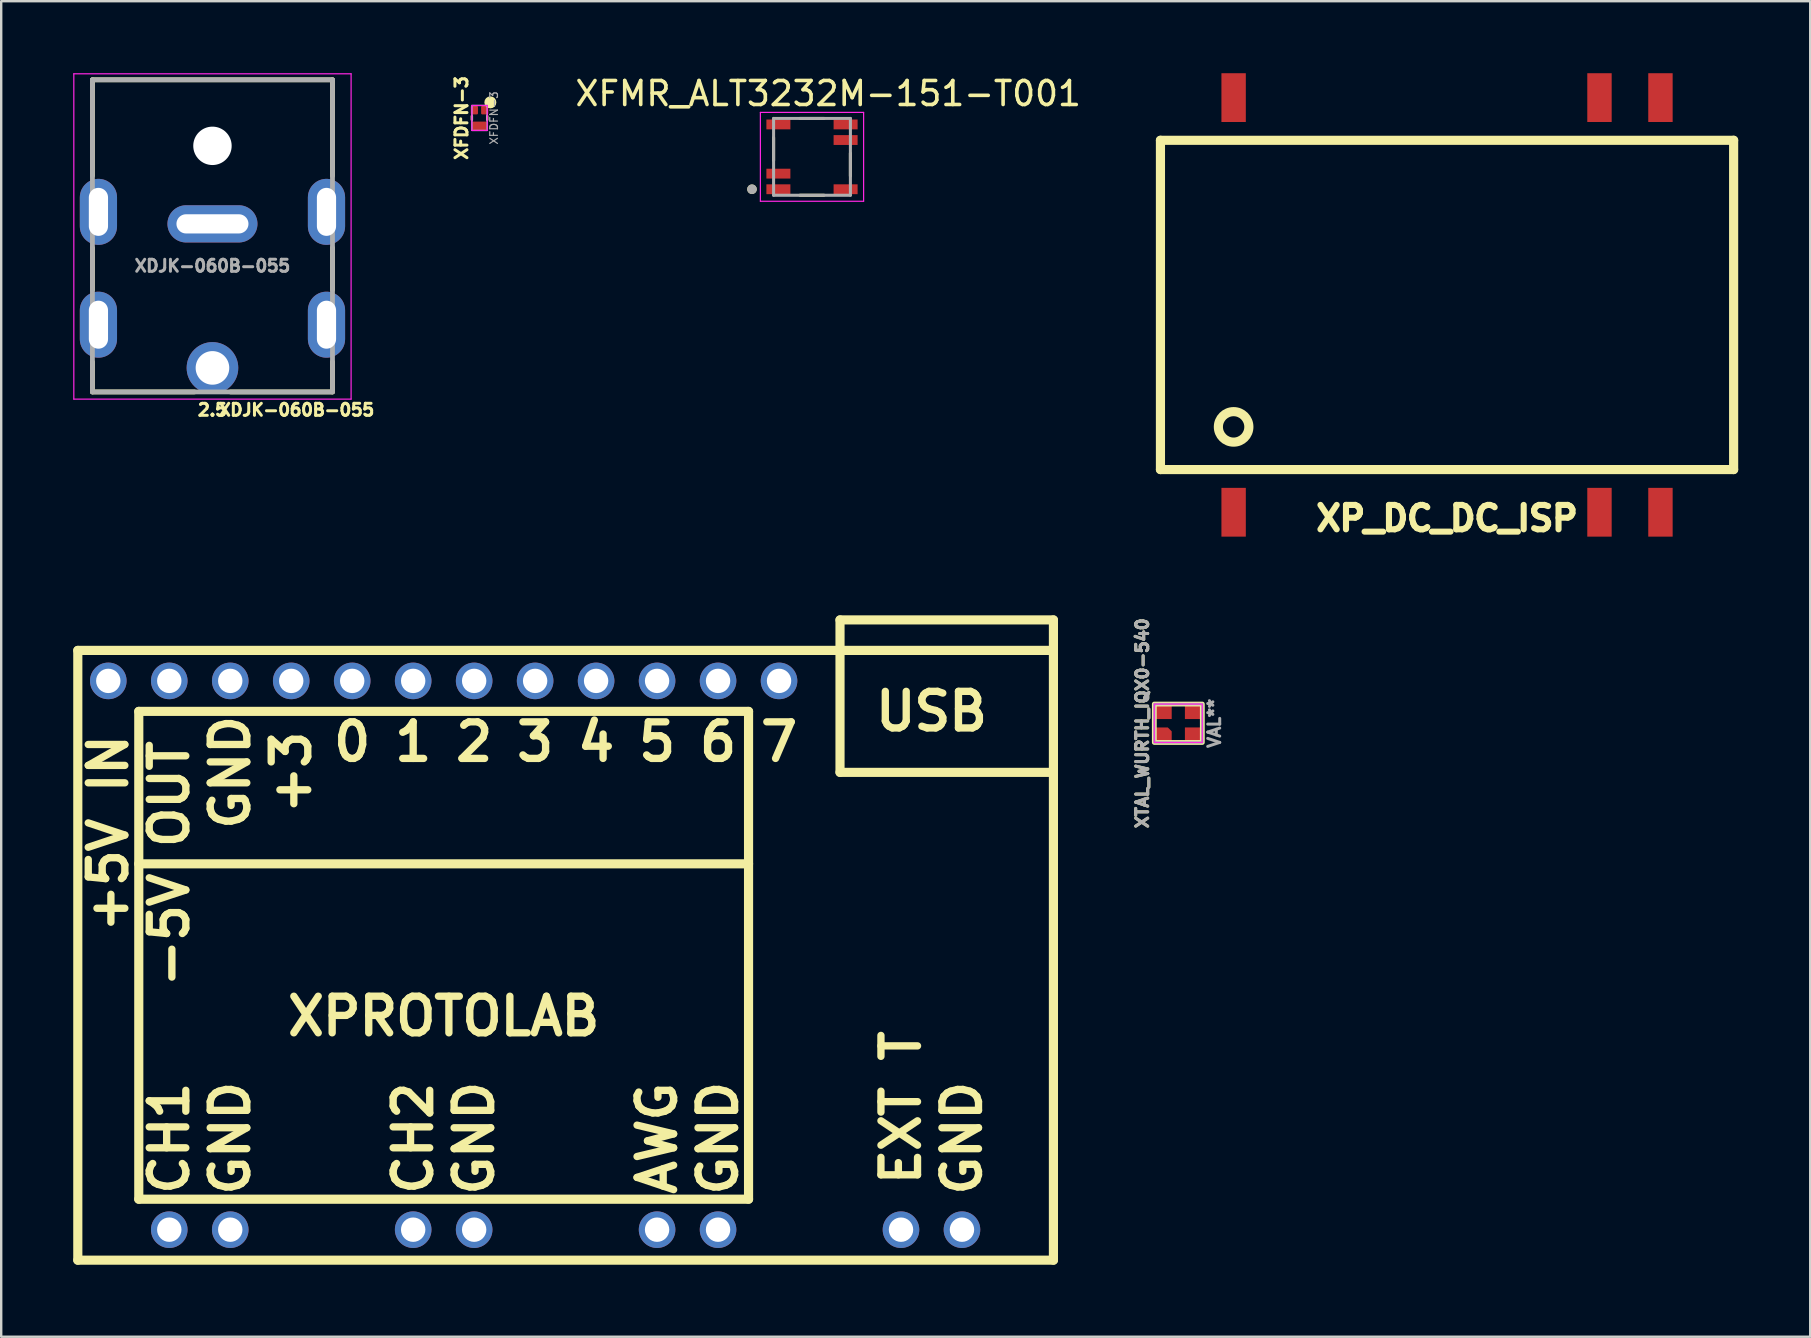
<source format=kicad_pcb>
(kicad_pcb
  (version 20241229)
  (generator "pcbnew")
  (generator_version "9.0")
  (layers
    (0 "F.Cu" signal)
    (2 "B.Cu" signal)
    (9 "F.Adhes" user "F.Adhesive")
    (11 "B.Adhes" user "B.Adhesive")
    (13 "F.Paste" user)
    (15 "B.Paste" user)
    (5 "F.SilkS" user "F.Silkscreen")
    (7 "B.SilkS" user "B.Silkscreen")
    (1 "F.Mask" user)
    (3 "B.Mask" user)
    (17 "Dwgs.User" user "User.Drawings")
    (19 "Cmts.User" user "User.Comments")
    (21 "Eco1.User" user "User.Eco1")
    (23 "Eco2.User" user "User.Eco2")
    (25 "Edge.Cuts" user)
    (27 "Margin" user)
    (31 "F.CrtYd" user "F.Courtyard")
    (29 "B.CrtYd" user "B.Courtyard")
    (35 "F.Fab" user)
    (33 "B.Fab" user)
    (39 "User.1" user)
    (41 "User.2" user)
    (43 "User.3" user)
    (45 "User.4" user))
  (footprint "XFMR_ALT3232M-151-T001"
    (layer "F.Cu")
    (at 30.774 3.483)
    (property "Reference" "XFMR_ALT3232M-151-T001" (at 0.675 -2.635 0) (layer "F.SilkS") (effects (font (size 1 1) (thickness 0.15))))
    (attr smd)
    (fp_line (start -1.6 -0.8) (end -1.6 0.15) (stroke (width 0.127) (type solid)) (layer "F.SilkS"))
    (fp_line (start 0.5 -1.6) (end -0.5 -1.6) (stroke (width 0.127) (type solid)) (layer "F.SilkS"))
    (fp_line (start 0.5 1.6) (end -0.5 1.6) (stroke (width 0.127) (type solid)) (layer "F.SilkS"))
    (fp_line (start 1.6 0.8) (end 1.6 -0.15) (stroke (width 0.127) (type solid)) (layer "F.SilkS"))
    (fp_circle (center -2.5 1.35) (end -2.4 1.35) (stroke (width 0.2) (type solid)) (fill no) (layer "F.SilkS"))
    (fp_line (start -2.15 -1.85) (end -2.15 1.85) (stroke (width 0.05) (type solid)) (layer "F.CrtYd"))
    (fp_line (start -2.15 1.85) (end 2.15 1.85) (stroke (width 0.05) (type solid)) (layer "F.CrtYd"))
    (fp_line (start 2.15 -1.85) (end -2.15 -1.85) (stroke (width 0.05) (type solid)) (layer "F.CrtYd"))
    (fp_line (start 2.15 1.85) (end 2.15 -1.85) (stroke (width 0.05) (type solid)) (layer "F.CrtYd"))
    (fp_line (start -1.6 -1.6) (end 1.6 -1.6) (stroke (width 0.127) (type solid)) (layer "F.Fab"))
    (fp_line (start -1.6 1.6) (end -1.6 -1.6) (stroke (width 0.127) (type solid)) (layer "F.Fab"))
    (fp_line (start 1.6 -1.6) (end 1.6 1.6) (stroke (width 0.127) (type solid)) (layer "F.Fab"))
    (fp_line (start 1.6 1.6) (end -1.6 1.6) (stroke (width 0.127) (type solid)) (layer "F.Fab"))
    (fp_circle (center -2.5 1.35) (end -2.4 1.35) (stroke (width 0.2) (type solid)) (fill no) (layer "F.Fab"))
    (pad "1" smd rect (at -1.4 1.35) (size 1 0.41) (layers "F.Cu" "F.Mask" "F.Paste"))
    (pad "2" smd rect (at -1.4 0.7) (size 1 0.41) (layers "F.Cu" "F.Mask" "F.Paste"))
    (pad "3" smd rect (at -1.4 -1.35) (size 1 0.41) (layers "F.Cu" "F.Mask" "F.Paste"))
    (pad "4" smd rect (at 1.4 -1.35) (size 1 0.41) (layers "F.Cu" "F.Mask" "F.Paste"))
    (pad "5" smd rect (at 1.4 -0.7) (size 1 0.41) (layers "F.Cu" "F.Mask" "F.Paste"))
    (pad "6" smd rect (at 1.4 1.35) (size 1 0.41) (layers "F.Cu" "F.Mask" "F.Paste")))
  (footprint "XTAL_WURTH_IQX0-540"
    (layer "F.Cu")
    (at 46.033 27.077)
    (property "Reference" "XTAL_WURTH_IQX0-540" (at -1.5 0 270) (layer "F.SilkS") (effects (font (size 0.5 0.5) (thickness 0.125) (bold yes))))
    (property "Value" "VAL**" (at 1.5 0 90) (layer "F.SilkS") (hide yes) (effects (font (size 0.5 0.5) (thickness 0.125) (bold yes))))
    (attr through_hole)
    (fp_rect (start -1 -0.8) (end 1 0.8) (stroke (width 0.2) (type default)) (fill no) (layer "F.SilkS"))
    (fp_rect (start -1 -0.8) (end 1 0.8) (stroke (width 0.05) (type default)) (fill no) (layer "F.CrtYd"))
    (fp_rect (start -1 -0.8) (end 1 0.8) (stroke (width 0.1) (type default)) (fill no) (layer "F.Fab"))
    (fp_text user "${REFERENCE}" (at -1.5 0 270) (layer "F.Fab") (effects (font (size 0.5 0.5) (thickness 0.125) (bold yes))))
    (fp_text user "${VALUE}" (at 1.5 0 90) (layer "F.Fab") (effects (font (size 0.5 0.5) (thickness 0.125) (bold yes))))
    (pad "1" smd roundrect (at -0.65 0.5) (size 0.75 0.65) (layers "F.Cu" "F.Mask" "F.Paste") (roundrect_rratio 0) (chamfer_ratio 0.25) (chamfer top_right))
    (pad "2" smd rect (at 0.65 0.5) (size 0.75 0.65) (layers "F.Cu" "F.Mask" "F.Paste"))
    (pad "3" smd rect (at 0.65 -0.5) (size 0.75 0.65) (layers "F.Cu" "F.Mask" "F.Paste"))
    (pad "4" smd rect (at -0.65 -0.5) (size 0.75 0.65) (layers "F.Cu" "F.Mask" "F.Paste")))
  (footprint "XFDFN-3"
    (layer "F.Cu")
    (at 16.926 1.864)
    (property "Reference" "XFDFN-3" (at -0.75 0 90) (layer "F.SilkS") (effects (font (size 0.5 0.5) (thickness 0.125) (bold yes))))
    (attr smd)
    (fp_line (start -0.32 -0.08) (end -0.32 0.08) (stroke (width 0.1) (type default)) (layer "F.SilkS"))
    (fp_line (start 0.32 -0.08) (end 0.32 0.08) (stroke (width 0.1) (type default)) (layer "F.SilkS"))
    (fp_circle (center 0.45 -0.65) (end 0.45 -0.65) (stroke (width 0.25) (type solid)) (fill no) (layer "F.SilkS"))
    (fp_line (start -0.32 -0.52) (end -0.32 0.52) (stroke (width 0.05) (type solid)) (layer "F.CrtYd"))
    (fp_line (start -0.32 0.52) (end 0.32 0.52) (stroke (width 0.05) (type solid)) (layer "F.CrtYd"))
    (fp_line (start 0.32 -0.52) (end -0.32 -0.52) (stroke (width 0.05) (type solid)) (layer "F.CrtYd"))
    (fp_line (start 0.32 0.52) (end 0.32 -0.52) (stroke (width 0.05) (type solid)) (layer "F.CrtYd"))
    (fp_line (start -0.32 -0.52) (end -0.32 0.52) (stroke (width 0.05) (type solid)) (layer "F.Fab"))
    (fp_line (start -0.32 0.52) (end 0.32 0.52) (stroke (width 0.05) (type solid)) (layer "F.Fab"))
    (fp_line (start 0.32 -0.52) (end -0.32 -0.52) (stroke (width 0.05) (type solid)) (layer "F.Fab"))
    (fp_line (start 0.32 0.52) (end 0.32 -0.52) (stroke (width 0.05) (type solid)) (layer "F.Fab"))
    (fp_rect (start -0.32 -0.52) (end 0.32 0.52) (stroke (width 0.05) (type solid)) (fill no) (layer "F.Fab"))
    (fp_text user "${REFERENCE}" (at 0.6 0 90) (layer "F.Fab") (effects (font (size 0.32 0.32) (thickness 0.05))))
    (pad "1" smd roundrect (at 0.215 -0.325) (size 0.3 0.35) (layers "F.Cu" "F.Mask" "F.Paste") (roundrect_rratio 0.147))
    (pad "2" smd roundrect (at -0.215 -0.325) (size 0.3 0.35) (layers "F.Cu" "F.Mask" "F.Paste") (roundrect_rratio 0.147))
    (pad "3" smd roundrect (at 0 0.325) (size 0.6 0.35) (layers "F.Cu" "F.Mask" "F.Paste") (roundrect_rratio 0.143)))
  (footprint "XP_DC_DC_ISP"
    (layer "F.Cu")
    (at 57.227 9.652)
    (property "Reference" "XP_DC_DC_ISP" (at 0 8.89 0) (layer "F.SilkS") (effects (font (size 1.016 1.016) (thickness 0.254))))
    (attr through_hole)
    (fp_line (start -11.938 -6.858) (end -11.938 6.858) (stroke (width 0.381) (type solid)) (layer "F.SilkS"))
    (fp_line (start -11.938 -6.858) (end 11.938 -6.858) (stroke (width 0.381) (type solid)) (layer "F.SilkS"))
    (fp_line (start -11.938 6.858) (end 11.938 6.858) (stroke (width 0.381) (type solid)) (layer "F.SilkS"))
    (fp_line (start 11.938 -6.858) (end 11.938 6.858) (stroke (width 0.381) (type solid)) (layer "F.SilkS"))
    (fp_circle (center -8.89 5.08) (end -8.89 4.445) (stroke (width 0.381) (type solid)) (fill no) (layer "F.SilkS"))
    (pad "1" smd rect (at -8.89 8.636) (size 1.016 2.032) (layers "F.Cu" "F.Mask" "F.Paste"))
    (pad "7" smd rect (at 6.35 8.636) (size 1.016 2.032) (layers "F.Cu" "F.Mask" "F.Paste"))
    (pad "8" smd rect (at 8.89 8.636) (size 1.016 2.032) (layers "F.Cu" "F.Mask" "F.Paste"))
    (pad "9" smd rect (at 8.89 -8.636) (size 1.016 2.032) (layers "F.Cu" "F.Mask" "F.Paste"))
    (pad "10" smd rect (at 6.35 -8.636) (size 1.016 2.032) (layers "F.Cu" "F.Mask" "F.Paste"))
    (pad "16" smd rect (at -8.89 -8.636) (size 1.016 2.032) (layers "F.Cu" "F.Mask" "F.Paste")))
  (footprint "XPROTOLAB"
    (layer "F.Cu")
    (at 20.511 36.743)
    (property "Reference" "XPROTOLAB" (at -5.08 2.54 0) (layer "F.SilkS") (effects (font (size 1.524 1.524) (thickness 0.305))))
    (property "Value" "${VALUE}" (at -17.78 -13.97 0) (layer "F.SilkS") (hide yes) (effects (font (size 1.524 1.524) (thickness 0.305))))
    (attr through_hole)
    (fp_line (start -20.32 -12.7) (end -20.32 12.7) (stroke (width 0.381) (type solid)) (layer "F.SilkS"))
    (fp_line (start -20.32 12.7) (end 20.32 12.7) (stroke (width 0.381) (type solid)) (layer "F.SilkS"))
    (fp_line (start -17.78 -10.16) (end -17.78 10.16) (stroke (width 0.381) (type solid)) (layer "F.SilkS"))
    (fp_line (start -17.78 10.16) (end 7.62 10.16) (stroke (width 0.381) (type solid)) (layer "F.SilkS"))
    (fp_line (start 7.62 -10.16) (end -17.78 -10.16) (stroke (width 0.381) (type solid)) (layer "F.SilkS"))
    (fp_line (start 7.62 -3.81) (end -17.78 -3.81) (stroke (width 0.381) (type solid)) (layer "F.SilkS"))
    (fp_line (start 7.62 10.16) (end 7.62 -10.16) (stroke (width 0.381) (type solid)) (layer "F.SilkS"))
    (fp_line (start 11.43 -13.97) (end 11.43 -7.62) (stroke (width 0.381) (type solid)) (layer "F.SilkS"))
    (fp_line (start 11.43 -13.97) (end 20.32 -13.97) (stroke (width 0.381) (type solid)) (layer "F.SilkS"))
    (fp_line (start 11.43 -7.62) (end 20.32 -7.62) (stroke (width 0.381) (type solid)) (layer "F.SilkS"))
    (fp_line (start 20.32 -13.97) (end 20.32 -12.7) (stroke (width 0.381) (type solid)) (layer "F.SilkS"))
    (fp_line (start 20.32 -12.7) (end -20.32 -12.7) (stroke (width 0.381) (type solid)) (layer "F.SilkS"))
    (fp_line (start 20.32 12.7) (end 20.32 -12.7) (stroke (width 0.381) (type solid)) (layer "F.SilkS"))
    (fp_text user "3" (at -1.27 -8.89 0) (layer "F.SilkS") (effects (font (size 1.524 1.524) (thickness 0.305))))
    (fp_text user "1" (at -6.35 -8.89 0) (layer "F.SilkS") (effects (font (size 1.524 1.524) (thickness 0.305))))
    (fp_text user "6" (at 6.35 -8.89 0) (layer "F.SilkS") (effects (font (size 1.524 1.524) (thickness 0.305))))
    (fp_text user "EXT T" (at 13.97 6.35 90) (layer "F.SilkS") (effects (font (size 1.524 1.524) (thickness 0.305))))
    (fp_text user "+3" (at -11.43 -7.62 90) (layer "F.SilkS") (effects (font (size 1.524 1.524) (thickness 0.305))))
    (fp_text user "CH1" (at -16.51 7.62 90) (layer "F.SilkS") (effects (font (size 1.524 1.524) (thickness 0.305))))
    (fp_text user "+5V IN" (at -19.05 -5.08 90) (layer "F.SilkS") (effects (font (size 1.524 1.524) (thickness 0.305))))
    (fp_text user "5" (at 3.81 -8.89 0) (layer "F.SilkS") (effects (font (size 1.524 1.524) (thickness 0.305))))
    (fp_text user "0" (at -8.89 -8.89 0) (layer "F.SilkS") (effects (font (size 1.524 1.524) (thickness 0.305))))
    (fp_text user "7" (at 8.89 -8.89 0) (layer "F.SilkS") (effects (font (size 1.524 1.524) (thickness 0.305))))
    (fp_text user "GND" (at -13.97 -7.62 90) (layer "F.SilkS") (effects (font (size 1.524 1.524) (thickness 0.305))))
    (fp_text user "AWG" (at 3.81 7.62 90) (layer "F.SilkS") (effects (font (size 1.524 1.524) (thickness 0.305))))
    (fp_text user "4" (at 1.27 -8.89 0) (layer "F.SilkS") (effects (font (size 1.524 1.524) (thickness 0.305))))
    (fp_text user "-5V OUT" (at -16.51 -3.81 90) (layer "F.SilkS") (effects (font (size 1.524 1.524) (thickness 0.305))))
    (fp_text user "USB" (at 15.24 -10.16 0) (layer "F.SilkS") (effects (font (size 1.524 1.524) (thickness 0.305))))
    (fp_text user "CH2" (at -6.35 7.62 90) (layer "F.SilkS") (effects (font (size 1.524 1.524) (thickness 0.305))))
    (fp_text user "2" (at -3.81 -8.89 0) (layer "F.SilkS") (effects (font (size 1.524 1.524) (thickness 0.305))))
    (fp_text user "GND" (at -13.97 7.62 90) (layer "F.SilkS") (effects (font (size 1.524 1.524) (thickness 0.305))))
    (fp_text user "GND" (at 6.35 7.62 90) (layer "F.SilkS") (effects (font (size 1.524 1.524) (thickness 0.305))))
    (fp_text user "GND" (at 16.51 7.62 90) (layer "F.SilkS") (effects (font (size 1.524 1.524) (thickness 0.305))))
    (fp_text user "GND" (at -3.81 7.62 90) (layer "F.SilkS") (effects (font (size 1.524 1.524) (thickness 0.305))))
    (pad "1" thru_hole circle (at -16.51 11.43) (size 1.524 1.524) (drill 1.016) (layers "*.Cu" "*.Mask"))
    (pad "2" thru_hole circle (at -13.97 11.43) (size 1.524 1.524) (drill 1.016) (layers "*.Cu" "*.Mask"))
    (pad "3" thru_hole circle (at -6.35 11.43) (size 1.524 1.524) (drill 1.016) (layers "*.Cu" "*.Mask"))
    (pad "4" thru_hole circle (at -3.81 11.43) (size 1.524 1.524) (drill 1.016) (layers "*.Cu" "*.Mask"))
    (pad "5" thru_hole circle (at 3.81 11.43) (size 1.524 1.524) (drill 1.016) (layers "*.Cu" "*.Mask"))
    (pad "6" thru_hole circle (at 6.35 11.43) (size 1.524 1.524) (drill 1.016) (layers "*.Cu" "*.Mask"))
    (pad "7" thru_hole circle (at 13.97 11.43) (size 1.524 1.524) (drill 1.016) (layers "*.Cu" "*.Mask"))
    (pad "8" thru_hole circle (at 16.51 11.43) (size 1.524 1.524) (drill 1.016) (layers "*.Cu" "*.Mask"))
    (pad "9" thru_hole circle (at 8.89 -11.43) (size 1.524 1.524) (drill 1.016) (layers "*.Cu" "*.Mask"))
    (pad "10" thru_hole circle (at 6.35 -11.43) (size 1.524 1.524) (drill 1.016) (layers "*.Cu" "*.Mask"))
    (pad "11" thru_hole circle (at 3.81 -11.43) (size 1.524 1.524) (drill 1.016) (layers "*.Cu" "*.Mask"))
    (pad "12" thru_hole circle (at 1.27 -11.43) (size 1.524 1.524) (drill 1.016) (layers "*.Cu" "*.Mask"))
    (pad "13" thru_hole circle (at -1.27 -11.43) (size 1.524 1.524) (drill 1.016) (layers "*.Cu" "*.Mask"))
    (pad "14" thru_hole circle (at -3.81 -11.43) (size 1.524 1.524) (drill 1.016) (layers "*.Cu" "*.Mask"))
    (pad "15" thru_hole circle (at -6.35 -11.43) (size 1.524 1.524) (drill 1.016) (layers "*.Cu" "*.Mask"))
    (pad "16" thru_hole circle (at -8.89 -11.43) (size 1.524 1.524) (drill 1.016) (layers "*.Cu" "*.Mask"))
    (pad "17" thru_hole circle (at -11.43 -11.43) (size 1.524 1.524) (drill 1.016) (layers "*.Cu" "*.Mask"))
    (pad "18" thru_hole circle (at -13.97 -11.43) (size 1.524 1.524) (drill 1.016) (layers "*.Cu" "*.Mask"))
    (pad "19" thru_hole circle (at -16.51 -11.43) (size 1.524 1.524) (drill 1.016) (layers "*.Cu" "*.Mask"))
    (pad "20" thru_hole circle (at -19.05 -11.43) (size 1.524 1.524) (drill 1.016) (layers "*.Cu" "*.Mask")))
  (footprint "XDJK-060B-055"
    (layer "F.Cu")
    (at 5.8 0.275)
    (property "Reference" "XDJK-060B-055" (at 3.5 13.75 180) (layer "F.SilkS") (effects (font (size 0.5 0.5) (thickness 0.125) (bold yes))))
    (attr through_hole)
    (fp_line (start -5 0) (end -5 4) (stroke (width 0.2) (type solid)) (layer "F.SilkS"))
    (fp_line (start -5 8.75) (end -5 7) (stroke (width 0.2) (type solid)) (layer "F.SilkS"))
    (fp_line (start -5 13) (end -5 11.75) (stroke (width 0.2) (type solid)) (layer "F.SilkS"))
    (fp_line (start -5 13) (end -0.75 13) (stroke (width 0.2) (type solid)) (layer "F.SilkS"))
    (fp_line (start 0.75 13) (end 5 13) (stroke (width 0.2) (type solid)) (layer "F.SilkS"))
    (fp_line (start 5 0) (end -5 0) (stroke (width 0.2) (type solid)) (layer "F.SilkS"))
    (fp_line (start 5 0) (end 5 4) (stroke (width 0.2) (type solid)) (layer "F.SilkS"))
    (fp_line (start 5 8.75) (end 5 7) (stroke (width 0.2) (type solid)) (layer "F.SilkS"))
    (fp_line (start 5 13) (end 5 11.75) (stroke (width 0.2) (type solid)) (layer "F.SilkS"))
    (fp_line (start -5.775 -0.25) (end -5.775 13.3) (stroke (width 0.05) (type solid)) (layer "F.CrtYd"))
    (fp_line (start -5.775 13.3) (end 5.775 13.3) (stroke (width 0.05) (type solid)) (layer "F.CrtYd"))
    (fp_line (start 5.775 -0.25) (end -5.775 -0.25) (stroke (width 0.05) (type solid)) (layer "F.CrtYd"))
    (fp_line (start 5.775 13.3) (end 5.775 -0.25) (stroke (width 0.05) (type solid)) (layer "F.CrtYd"))
    (fp_line (start -5 0) (end -5 13) (stroke (width 0.2) (type solid)) (layer "F.Fab"))
    (fp_line (start -5 13) (end 5 13) (stroke (width 0.2) (type solid)) (layer "F.Fab"))
    (fp_line (start 5 0) (end -5 0) (stroke (width 0.2) (type solid)) (layer "F.Fab"))
    (fp_line (start 5 13) (end 5 0) (stroke (width 0.2) (type solid)) (layer "F.Fab"))
    (fp_text user "2.5" (at 0 13.75 0) (layer "F.SilkS") (effects (font (size 0.5 0.5) (thickness 0.125) (bold yes))))
    (fp_text user "${REFERENCE}" (at 0 7.75 180) (layer "F.Fab") (effects (font (size 0.5 0.5) (thickness 0.125) (bold yes))))
    (pad "" thru_hole oval (at -4.75 5.5) (size 1.55 2.75) (drill oval 0.8 2) (layers "*.Cu" "*.Mask"))
    (pad "" thru_hole oval (at -4.75 10.2) (size 1.55 2.75) (drill oval 0.8 2) (layers "*.Cu" "*.Mask"))
    (pad "" np_thru_hole circle (at 0 2.75) (size 1.6 1.6) (drill 1.6) (layers "*.Cu" "*.Mask"))
    (pad "" thru_hole oval (at 4.75 5.5) (size 1.55 2.75) (drill oval 0.8 2) (layers "*.Cu" "*.Mask"))
    (pad "" thru_hole oval (at 4.75 10.2) (size 1.55 2.75) (drill oval 0.8 2) (layers "*.Cu" "*.Mask"))
    (pad "1" thru_hole circle (at 0 12) (size 2.15 2.15) (drill 1.4) (layers "*.Cu" "*.Mask"))
    (pad "2" thru_hole oval (at 0 6) (size 3.75 1.55) (drill oval 3 0.8) (layers "*.Cu" "*.Mask")))
  (gr_rect
    (start -3 -3)
    (end 72.355 52.633)
    (stroke (width 0.1) (type default))
    (fill no)
    (layer "Edge.Cuts")))
</source>
